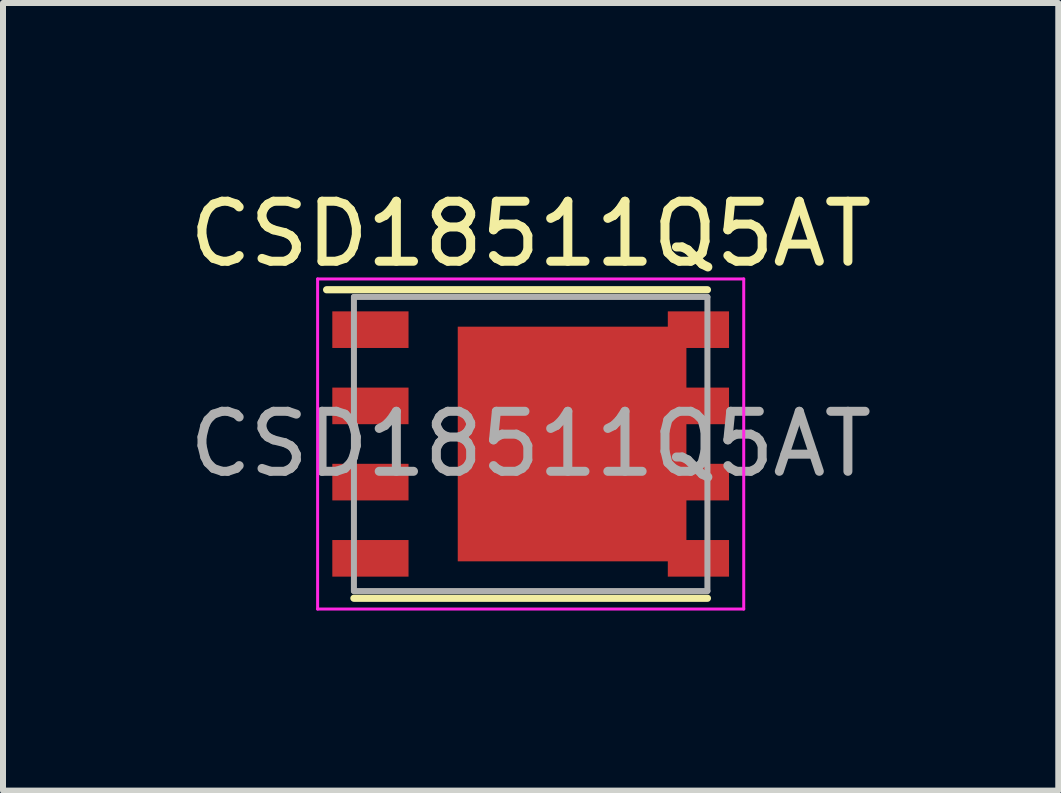
<source format=kicad_pcb>
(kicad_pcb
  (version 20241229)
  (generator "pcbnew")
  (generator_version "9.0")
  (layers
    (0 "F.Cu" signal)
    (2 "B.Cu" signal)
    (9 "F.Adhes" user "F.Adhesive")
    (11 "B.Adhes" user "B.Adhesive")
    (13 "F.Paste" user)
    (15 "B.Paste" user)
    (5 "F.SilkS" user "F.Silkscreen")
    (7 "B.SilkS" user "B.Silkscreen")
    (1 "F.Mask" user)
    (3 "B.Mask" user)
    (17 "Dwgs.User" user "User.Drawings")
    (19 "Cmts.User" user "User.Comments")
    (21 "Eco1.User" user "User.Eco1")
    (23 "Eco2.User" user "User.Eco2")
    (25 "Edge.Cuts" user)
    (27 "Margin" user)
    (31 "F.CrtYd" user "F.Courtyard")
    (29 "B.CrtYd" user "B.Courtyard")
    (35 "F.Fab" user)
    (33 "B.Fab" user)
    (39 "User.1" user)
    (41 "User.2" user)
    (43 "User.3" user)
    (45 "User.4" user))
  (footprint "CSD18511Q5AT"
    (layer "F.Cu")
    (at 5.792 4.348)
    (property "Reference" "CSD18511Q5AT" (at 0 -3.5 0) (layer "F.SilkS") (effects (font (size 1 1) (thickness 0.15))))
    (attr smd)
    (fp_line (start -3.4 -2.57) (end 2.945 -2.57) (stroke (width 0.12) (type solid)) (layer "F.SilkS"))
    (fp_line (start -2.945 2.57) (end 2.945 2.57) (stroke (width 0.12) (type solid)) (layer "F.SilkS"))
    (fp_line (start -3.55 -2.75) (end -3.55 2.75) (stroke (width 0.05) (type solid)) (layer "F.CrtYd"))
    (fp_line (start -3.55 -2.75) (end 3.55 -2.75) (stroke (width 0.05) (type solid)) (layer "F.CrtYd"))
    (fp_line (start -3.55 2.75) (end 3.55 2.75) (stroke (width 0.05) (type solid)) (layer "F.CrtYd"))
    (fp_line (start 3.55 -2.75) (end 3.55 2.75) (stroke (width 0.05) (type solid)) (layer "F.CrtYd"))
    (fp_line (start -2.945 -2.45) (end 2.945 -2.45) (stroke (width 0.1) (type solid)) (layer "F.Fab"))
    (fp_line (start -2.945 2.45) (end -2.945 -2.45) (stroke (width 0.1) (type solid)) (layer "F.Fab"))
    (fp_line (start 2.945 -2.45) (end 2.945 2.45) (stroke (width 0.1) (type solid)) (layer "F.Fab"))
    (fp_line (start 2.945 2.45) (end -2.945 2.45) (stroke (width 0.1) (type solid)) (layer "F.Fab"))
    (fp_text user "${REFERENCE}" (at 0 0 0) (layer "F.Fab") (effects (font (size 1 1) (thickness 0.15))))
    (pad "1" smd rect (at -2.67 -1.905) (size 1.27 0.61) (layers "F.Cu" "F.Mask" "F.Paste"))
    (pad "2" smd rect (at -2.67 -0.635) (size 1.27 0.61) (layers "F.Cu" "F.Mask" "F.Paste"))
    (pad "2" smd rect (at -2.67 0.635) (size 1.27 0.61) (layers "F.Cu" "F.Mask" "F.Paste"))
    (pad "2" smd rect (at -2.67 1.905) (size 1.27 0.61) (layers "F.Cu" "F.Mask" "F.Paste"))
    (pad "3" smd rect (at 0.69 0) (size 3.81 3.91) (layers "F.Cu" "F.Mask" "F.Paste"))
    (pad "3" smd rect (at 2.795 -1.905) (size 1.02 0.61) (layers "F.Cu" "F.Mask" "F.Paste"))
    (pad "3" smd rect (at 2.795 -0.635) (size 1.02 0.61) (layers "F.Cu" "F.Mask" "F.Paste"))
    (pad "3" smd rect (at 2.795 0.635) (size 1.02 0.61) (layers "F.Cu" "F.Mask" "F.Paste"))
    (pad "3" smd rect (at 2.795 1.905) (size 1.02 0.61) (layers "F.Cu" "F.Mask" "F.Paste")))
  (gr_rect
    (start -3 -3)
    (end 14.583 10.123)
    (stroke (width 0.1) (type default))
    (fill no)
    (layer "Edge.Cuts")))
</source>
